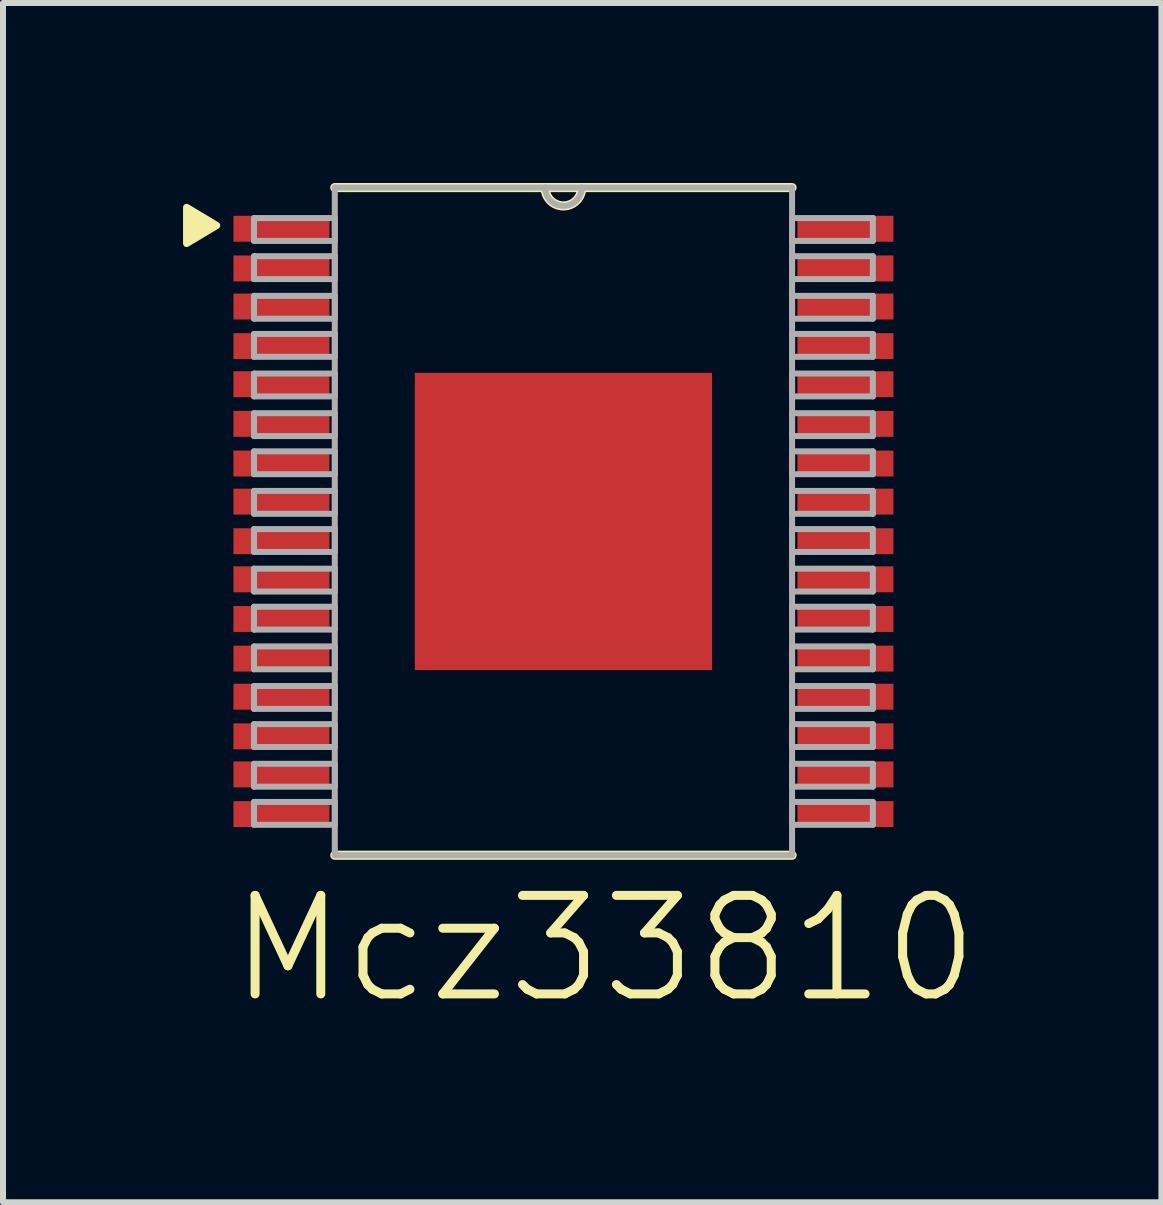
<source format=kicad_pcb>
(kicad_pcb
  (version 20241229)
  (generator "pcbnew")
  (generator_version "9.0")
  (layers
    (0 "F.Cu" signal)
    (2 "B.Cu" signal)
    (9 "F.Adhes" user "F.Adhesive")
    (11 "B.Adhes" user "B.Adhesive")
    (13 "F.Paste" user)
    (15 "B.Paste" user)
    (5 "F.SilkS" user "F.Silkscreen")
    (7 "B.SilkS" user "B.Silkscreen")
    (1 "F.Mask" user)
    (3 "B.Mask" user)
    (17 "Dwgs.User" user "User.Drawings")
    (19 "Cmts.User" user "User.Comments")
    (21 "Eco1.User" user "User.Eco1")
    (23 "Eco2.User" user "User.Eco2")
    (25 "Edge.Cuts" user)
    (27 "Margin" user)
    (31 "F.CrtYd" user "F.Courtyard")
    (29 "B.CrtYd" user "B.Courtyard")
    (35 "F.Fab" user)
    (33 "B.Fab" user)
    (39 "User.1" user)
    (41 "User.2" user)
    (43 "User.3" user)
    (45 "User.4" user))
  (footprint "Mcz33810"
    (layer "F.Cu")
    (at 6.339 5.639)
    (property "Reference" "Mcz33810" (at 0.687 7.122 0) (layer "F.SilkS") (effects (font (size 1.642 1.642) (thickness 0.15))))
    (attr smd)
    (fp_line (start -3.81 5.563) (end 3.81 5.563) (stroke (width 0.152) (type solid)) (layer "F.SilkS"))
    (fp_line (start -0.305 -5.563) (end -3.81 -5.563) (stroke (width 0.152) (type solid)) (layer "F.SilkS"))
    (fp_line (start 0.305 -5.563) (end -0.305 -5.563) (stroke (width 0.152) (type solid)) (layer "F.SilkS"))
    (fp_line (start 3.81 -5.563) (end 0.305 -5.563) (stroke (width 0.152) (type solid)) (layer "F.SilkS"))
    (fp_arc (start 0.3048 -5.5626) (mid 0 -5.2578) (end -0.3048 -5.5626) (stroke (width 0.1524) (type solid)) (layer "F.SilkS"))
    (fp_poly (pts (xy -5.779 -4.932) (xy -6.279 -4.632) (xy -6.279 -5.232)) (stroke (width 0.12) (type solid)) (fill yes) (layer "F.SilkS"))
    (fp_line (start -5.156 -5.055) (end -5.156 -4.674) (stroke (width 0.1) (type solid)) (layer "F.Fab"))
    (fp_line (start -5.156 -4.674) (end -3.81 -4.674) (stroke (width 0.1) (type solid)) (layer "F.Fab"))
    (fp_line (start -5.156 -4.42) (end -5.156 -4.039) (stroke (width 0.1) (type solid)) (layer "F.Fab"))
    (fp_line (start -5.156 -4.039) (end -3.81 -4.039) (stroke (width 0.1) (type solid)) (layer "F.Fab"))
    (fp_line (start -5.156 -3.759) (end -5.156 -3.378) (stroke (width 0.1) (type solid)) (layer "F.Fab"))
    (fp_line (start -5.156 -3.378) (end -3.81 -3.378) (stroke (width 0.1) (type solid)) (layer "F.Fab"))
    (fp_line (start -5.156 -3.124) (end -5.156 -2.743) (stroke (width 0.1) (type solid)) (layer "F.Fab"))
    (fp_line (start -5.156 -2.743) (end -3.81 -2.743) (stroke (width 0.1) (type solid)) (layer "F.Fab"))
    (fp_line (start -5.156 -2.464) (end -5.156 -2.083) (stroke (width 0.1) (type solid)) (layer "F.Fab"))
    (fp_line (start -5.156 -2.083) (end -3.81 -2.083) (stroke (width 0.1) (type solid)) (layer "F.Fab"))
    (fp_line (start -5.156 -1.803) (end -5.156 -1.422) (stroke (width 0.1) (type solid)) (layer "F.Fab"))
    (fp_line (start -5.156 -1.422) (end -3.81 -1.422) (stroke (width 0.1) (type solid)) (layer "F.Fab"))
    (fp_line (start -5.156 -1.168) (end -5.156 -0.787) (stroke (width 0.1) (type solid)) (layer "F.Fab"))
    (fp_line (start -5.156 -0.787) (end -3.81 -0.787) (stroke (width 0.1) (type solid)) (layer "F.Fab"))
    (fp_line (start -5.156 -0.508) (end -5.156 -0.127) (stroke (width 0.1) (type solid)) (layer "F.Fab"))
    (fp_line (start -5.156 -0.127) (end -3.81 -0.127) (stroke (width 0.1) (type solid)) (layer "F.Fab"))
    (fp_line (start -5.156 0.127) (end -5.156 0.508) (stroke (width 0.1) (type solid)) (layer "F.Fab"))
    (fp_line (start -5.156 0.508) (end -3.81 0.508) (stroke (width 0.1) (type solid)) (layer "F.Fab"))
    (fp_line (start -5.156 0.787) (end -5.156 1.168) (stroke (width 0.1) (type solid)) (layer "F.Fab"))
    (fp_line (start -5.156 1.168) (end -3.81 1.168) (stroke (width 0.1) (type solid)) (layer "F.Fab"))
    (fp_line (start -5.156 1.422) (end -5.156 1.803) (stroke (width 0.1) (type solid)) (layer "F.Fab"))
    (fp_line (start -5.156 1.803) (end -3.81 1.803) (stroke (width 0.1) (type solid)) (layer "F.Fab"))
    (fp_line (start -5.156 2.083) (end -5.156 2.464) (stroke (width 0.1) (type solid)) (layer "F.Fab"))
    (fp_line (start -5.156 2.464) (end -3.81 2.464) (stroke (width 0.1) (type solid)) (layer "F.Fab"))
    (fp_line (start -5.156 2.743) (end -5.156 3.124) (stroke (width 0.1) (type solid)) (layer "F.Fab"))
    (fp_line (start -5.156 3.124) (end -3.81 3.124) (stroke (width 0.1) (type solid)) (layer "F.Fab"))
    (fp_line (start -5.156 3.378) (end -5.156 3.759) (stroke (width 0.1) (type solid)) (layer "F.Fab"))
    (fp_line (start -5.156 3.759) (end -3.81 3.759) (stroke (width 0.1) (type solid)) (layer "F.Fab"))
    (fp_line (start -5.156 4.039) (end -5.156 4.42) (stroke (width 0.1) (type solid)) (layer "F.Fab"))
    (fp_line (start -5.156 4.42) (end -3.81 4.42) (stroke (width 0.1) (type solid)) (layer "F.Fab"))
    (fp_line (start -5.156 4.674) (end -5.156 5.055) (stroke (width 0.1) (type solid)) (layer "F.Fab"))
    (fp_line (start -5.156 5.055) (end -3.81 5.055) (stroke (width 0.1) (type solid)) (layer "F.Fab"))
    (fp_line (start -3.81 -5.563) (end -3.81 5.563) (stroke (width 0.1) (type solid)) (layer "F.Fab"))
    (fp_line (start -3.81 -5.055) (end -5.156 -5.055) (stroke (width 0.1) (type solid)) (layer "F.Fab"))
    (fp_line (start -3.81 -4.674) (end -3.81 -5.055) (stroke (width 0.1) (type solid)) (layer "F.Fab"))
    (fp_line (start -3.81 -4.42) (end -5.156 -4.42) (stroke (width 0.1) (type solid)) (layer "F.Fab"))
    (fp_line (start -3.81 -4.039) (end -3.81 -4.42) (stroke (width 0.1) (type solid)) (layer "F.Fab"))
    (fp_line (start -3.81 -3.759) (end -5.156 -3.759) (stroke (width 0.1) (type solid)) (layer "F.Fab"))
    (fp_line (start -3.81 -3.378) (end -3.81 -3.759) (stroke (width 0.1) (type solid)) (layer "F.Fab"))
    (fp_line (start -3.81 -3.124) (end -5.156 -3.124) (stroke (width 0.1) (type solid)) (layer "F.Fab"))
    (fp_line (start -3.81 -2.743) (end -3.81 -3.124) (stroke (width 0.1) (type solid)) (layer "F.Fab"))
    (fp_line (start -3.81 -2.464) (end -5.156 -2.464) (stroke (width 0.1) (type solid)) (layer "F.Fab"))
    (fp_line (start -3.81 -2.083) (end -3.81 -2.464) (stroke (width 0.1) (type solid)) (layer "F.Fab"))
    (fp_line (start -3.81 -1.803) (end -5.156 -1.803) (stroke (width 0.1) (type solid)) (layer "F.Fab"))
    (fp_line (start -3.81 -1.422) (end -3.81 -1.803) (stroke (width 0.1) (type solid)) (layer "F.Fab"))
    (fp_line (start -3.81 -1.168) (end -5.156 -1.168) (stroke (width 0.1) (type solid)) (layer "F.Fab"))
    (fp_line (start -3.81 -0.787) (end -3.81 -1.168) (stroke (width 0.1) (type solid)) (layer "F.Fab"))
    (fp_line (start -3.81 -0.508) (end -5.156 -0.508) (stroke (width 0.1) (type solid)) (layer "F.Fab"))
    (fp_line (start -3.81 -0.127) (end -3.81 -0.508) (stroke (width 0.1) (type solid)) (layer "F.Fab"))
    (fp_line (start -3.81 0.127) (end -5.156 0.127) (stroke (width 0.1) (type solid)) (layer "F.Fab"))
    (fp_line (start -3.81 0.508) (end -3.81 0.127) (stroke (width 0.1) (type solid)) (layer "F.Fab"))
    (fp_line (start -3.81 0.787) (end -5.156 0.787) (stroke (width 0.1) (type solid)) (layer "F.Fab"))
    (fp_line (start -3.81 1.168) (end -3.81 0.787) (stroke (width 0.1) (type solid)) (layer "F.Fab"))
    (fp_line (start -3.81 1.422) (end -5.156 1.422) (stroke (width 0.1) (type solid)) (layer "F.Fab"))
    (fp_line (start -3.81 1.803) (end -3.81 1.422) (stroke (width 0.1) (type solid)) (layer "F.Fab"))
    (fp_line (start -3.81 2.083) (end -5.156 2.083) (stroke (width 0.1) (type solid)) (layer "F.Fab"))
    (fp_line (start -3.81 2.464) (end -3.81 2.083) (stroke (width 0.1) (type solid)) (layer "F.Fab"))
    (fp_line (start -3.81 2.743) (end -5.156 2.743) (stroke (width 0.1) (type solid)) (layer "F.Fab"))
    (fp_line (start -3.81 3.124) (end -3.81 2.743) (stroke (width 0.1) (type solid)) (layer "F.Fab"))
    (fp_line (start -3.81 3.378) (end -5.156 3.378) (stroke (width 0.1) (type solid)) (layer "F.Fab"))
    (fp_line (start -3.81 3.759) (end -3.81 3.378) (stroke (width 0.1) (type solid)) (layer "F.Fab"))
    (fp_line (start -3.81 4.039) (end -5.156 4.039) (stroke (width 0.1) (type solid)) (layer "F.Fab"))
    (fp_line (start -3.81 4.42) (end -3.81 4.039) (stroke (width 0.1) (type solid)) (layer "F.Fab"))
    (fp_line (start -3.81 4.674) (end -5.156 4.674) (stroke (width 0.1) (type solid)) (layer "F.Fab"))
    (fp_line (start -3.81 5.055) (end -3.81 4.674) (stroke (width 0.1) (type solid)) (layer "F.Fab"))
    (fp_line (start -3.81 5.563) (end 3.81 5.563) (stroke (width 0.1) (type solid)) (layer "F.Fab"))
    (fp_line (start -0.305 -5.563) (end -3.81 -5.563) (stroke (width 0.1) (type solid)) (layer "F.Fab"))
    (fp_line (start 0.305 -5.563) (end -0.305 -5.563) (stroke (width 0.1) (type solid)) (layer "F.Fab"))
    (fp_line (start 3.81 -5.563) (end 0.305 -5.563) (stroke (width 0.1) (type solid)) (layer "F.Fab"))
    (fp_line (start 3.81 -5.055) (end 3.81 -4.674) (stroke (width 0.1) (type solid)) (layer "F.Fab"))
    (fp_line (start 3.81 -4.674) (end 5.156 -4.674) (stroke (width 0.1) (type solid)) (layer "F.Fab"))
    (fp_line (start 3.81 -4.42) (end 3.81 -4.039) (stroke (width 0.1) (type solid)) (layer "F.Fab"))
    (fp_line (start 3.81 -4.039) (end 5.156 -4.039) (stroke (width 0.1) (type solid)) (layer "F.Fab"))
    (fp_line (start 3.81 -3.759) (end 3.81 -3.378) (stroke (width 0.1) (type solid)) (layer "F.Fab"))
    (fp_line (start 3.81 -3.378) (end 5.156 -3.378) (stroke (width 0.1) (type solid)) (layer "F.Fab"))
    (fp_line (start 3.81 -3.124) (end 3.81 -2.743) (stroke (width 0.1) (type solid)) (layer "F.Fab"))
    (fp_line (start 3.81 -2.743) (end 5.156 -2.743) (stroke (width 0.1) (type solid)) (layer "F.Fab"))
    (fp_line (start 3.81 -2.464) (end 3.81 -2.083) (stroke (width 0.1) (type solid)) (layer "F.Fab"))
    (fp_line (start 3.81 -2.083) (end 5.156 -2.083) (stroke (width 0.1) (type solid)) (layer "F.Fab"))
    (fp_line (start 3.81 -1.803) (end 3.81 -1.422) (stroke (width 0.1) (type solid)) (layer "F.Fab"))
    (fp_line (start 3.81 -1.422) (end 5.156 -1.422) (stroke (width 0.1) (type solid)) (layer "F.Fab"))
    (fp_line (start 3.81 -1.168) (end 3.81 -0.787) (stroke (width 0.1) (type solid)) (layer "F.Fab"))
    (fp_line (start 3.81 -0.787) (end 5.156 -0.787) (stroke (width 0.1) (type solid)) (layer "F.Fab"))
    (fp_line (start 3.81 -0.508) (end 3.81 -0.127) (stroke (width 0.1) (type solid)) (layer "F.Fab"))
    (fp_line (start 3.81 -0.127) (end 5.156 -0.127) (stroke (width 0.1) (type solid)) (layer "F.Fab"))
    (fp_line (start 3.81 0.127) (end 3.81 0.508) (stroke (width 0.1) (type solid)) (layer "F.Fab"))
    (fp_line (start 3.81 0.508) (end 5.156 0.508) (stroke (width 0.1) (type solid)) (layer "F.Fab"))
    (fp_line (start 3.81 0.787) (end 3.81 1.168) (stroke (width 0.1) (type solid)) (layer "F.Fab"))
    (fp_line (start 3.81 1.168) (end 5.156 1.168) (stroke (width 0.1) (type solid)) (layer "F.Fab"))
    (fp_line (start 3.81 1.422) (end 3.81 1.803) (stroke (width 0.1) (type solid)) (layer "F.Fab"))
    (fp_line (start 3.81 1.803) (end 5.156 1.803) (stroke (width 0.1) (type solid)) (layer "F.Fab"))
    (fp_line (start 3.81 2.083) (end 3.81 2.464) (stroke (width 0.1) (type solid)) (layer "F.Fab"))
    (fp_line (start 3.81 2.464) (end 5.156 2.464) (stroke (width 0.1) (type solid)) (layer "F.Fab"))
    (fp_line (start 3.81 2.743) (end 3.81 3.124) (stroke (width 0.1) (type solid)) (layer "F.Fab"))
    (fp_line (start 3.81 3.124) (end 5.156 3.124) (stroke (width 0.1) (type solid)) (layer "F.Fab"))
    (fp_line (start 3.81 3.378) (end 3.81 3.759) (stroke (width 0.1) (type solid)) (layer "F.Fab"))
    (fp_line (start 3.81 3.759) (end 5.156 3.759) (stroke (width 0.1) (type solid)) (layer "F.Fab"))
    (fp_line (start 3.81 4.039) (end 3.81 4.42) (stroke (width 0.1) (type solid)) (layer "F.Fab"))
    (fp_line (start 3.81 4.42) (end 5.156 4.42) (stroke (width 0.1) (type solid)) (layer "F.Fab"))
    (fp_line (start 3.81 4.674) (end 3.81 5.055) (stroke (width 0.1) (type solid)) (layer "F.Fab"))
    (fp_line (start 3.81 5.055) (end 5.156 5.055) (stroke (width 0.1) (type solid)) (layer "F.Fab"))
    (fp_line (start 3.81 5.563) (end 3.81 -5.563) (stroke (width 0.1) (type solid)) (layer "F.Fab"))
    (fp_line (start 5.156 -5.055) (end 3.81 -5.055) (stroke (width 0.1) (type solid)) (layer "F.Fab"))
    (fp_line (start 5.156 -4.674) (end 5.156 -5.055) (stroke (width 0.1) (type solid)) (layer "F.Fab"))
    (fp_line (start 5.156 -4.42) (end 3.81 -4.42) (stroke (width 0.1) (type solid)) (layer "F.Fab"))
    (fp_line (start 5.156 -4.039) (end 5.156 -4.42) (stroke (width 0.1) (type solid)) (layer "F.Fab"))
    (fp_line (start 5.156 -3.759) (end 3.81 -3.759) (stroke (width 0.1) (type solid)) (layer "F.Fab"))
    (fp_line (start 5.156 -3.378) (end 5.156 -3.759) (stroke (width 0.1) (type solid)) (layer "F.Fab"))
    (fp_line (start 5.156 -3.124) (end 3.81 -3.124) (stroke (width 0.1) (type solid)) (layer "F.Fab"))
    (fp_line (start 5.156 -2.743) (end 5.156 -3.124) (stroke (width 0.1) (type solid)) (layer "F.Fab"))
    (fp_line (start 5.156 -2.464) (end 3.81 -2.464) (stroke (width 0.1) (type solid)) (layer "F.Fab"))
    (fp_line (start 5.156 -2.083) (end 5.156 -2.464) (stroke (width 0.1) (type solid)) (layer "F.Fab"))
    (fp_line (start 5.156 -1.803) (end 3.81 -1.803) (stroke (width 0.1) (type solid)) (layer "F.Fab"))
    (fp_line (start 5.156 -1.422) (end 5.156 -1.803) (stroke (width 0.1) (type solid)) (layer "F.Fab"))
    (fp_line (start 5.156 -1.168) (end 3.81 -1.168) (stroke (width 0.1) (type solid)) (layer "F.Fab"))
    (fp_line (start 5.156 -0.787) (end 5.156 -1.168) (stroke (width 0.1) (type solid)) (layer "F.Fab"))
    (fp_line (start 5.156 -0.508) (end 3.81 -0.508) (stroke (width 0.1) (type solid)) (layer "F.Fab"))
    (fp_line (start 5.156 -0.127) (end 5.156 -0.508) (stroke (width 0.1) (type solid)) (layer "F.Fab"))
    (fp_line (start 5.156 0.127) (end 3.81 0.127) (stroke (width 0.1) (type solid)) (layer "F.Fab"))
    (fp_line (start 5.156 0.508) (end 5.156 0.127) (stroke (width 0.1) (type solid)) (layer "F.Fab"))
    (fp_line (start 5.156 0.787) (end 3.81 0.787) (stroke (width 0.1) (type solid)) (layer "F.Fab"))
    (fp_line (start 5.156 1.168) (end 5.156 0.787) (stroke (width 0.1) (type solid)) (layer "F.Fab"))
    (fp_line (start 5.156 1.422) (end 3.81 1.422) (stroke (width 0.1) (type solid)) (layer "F.Fab"))
    (fp_line (start 5.156 1.803) (end 5.156 1.422) (stroke (width 0.1) (type solid)) (layer "F.Fab"))
    (fp_line (start 5.156 2.083) (end 3.81 2.083) (stroke (width 0.1) (type solid)) (layer "F.Fab"))
    (fp_line (start 5.156 2.464) (end 5.156 2.083) (stroke (width 0.1) (type solid)) (layer "F.Fab"))
    (fp_line (start 5.156 2.743) (end 3.81 2.743) (stroke (width 0.1) (type solid)) (layer "F.Fab"))
    (fp_line (start 5.156 3.124) (end 5.156 2.743) (stroke (width 0.1) (type solid)) (layer "F.Fab"))
    (fp_line (start 5.156 3.378) (end 3.81 3.378) (stroke (width 0.1) (type solid)) (layer "F.Fab"))
    (fp_line (start 5.156 3.759) (end 5.156 3.378) (stroke (width 0.1) (type solid)) (layer "F.Fab"))
    (fp_line (start 5.156 4.039) (end 3.81 4.039) (stroke (width 0.1) (type solid)) (layer "F.Fab"))
    (fp_line (start 5.156 4.42) (end 5.156 4.039) (stroke (width 0.1) (type solid)) (layer "F.Fab"))
    (fp_line (start 5.156 4.674) (end 3.81 4.674) (stroke (width 0.1) (type solid)) (layer "F.Fab"))
    (fp_line (start 5.156 5.055) (end 5.156 4.674) (stroke (width 0.1) (type solid)) (layer "F.Fab"))
    (fp_arc (start 0.3048 -5.5626) (mid 0 -5.2578) (end -0.3048 -5.5626) (stroke (width 0.1) (type solid)) (layer "F.Fab"))
    (pad "1" smd rect (at -4.699 -4.877) (size 1.6 0.432) (layers "F.Cu" "F.Mask" "F.Paste"))
    (pad "2" smd rect (at -4.699 -4.216) (size 1.6 0.432) (layers "F.Cu" "F.Mask" "F.Paste"))
    (pad "3" smd rect (at -4.699 -3.581) (size 1.6 0.432) (layers "F.Cu" "F.Mask" "F.Paste"))
    (pad "4" smd rect (at -4.699 -2.921) (size 1.6 0.432) (layers "F.Cu" "F.Mask" "F.Paste"))
    (pad "5" smd rect (at -4.699 -2.286) (size 1.6 0.432) (layers "F.Cu" "F.Mask" "F.Paste"))
    (pad "6" smd rect (at -4.699 -1.626) (size 1.6 0.432) (layers "F.Cu" "F.Mask" "F.Paste"))
    (pad "7" smd rect (at -4.699 -0.965) (size 1.6 0.432) (layers "F.Cu" "F.Mask" "F.Paste"))
    (pad "8" smd rect (at -4.699 -0.33) (size 1.6 0.432) (layers "F.Cu" "F.Mask" "F.Paste"))
    (pad "9" smd rect (at -4.699 0.33) (size 1.6 0.432) (layers "F.Cu" "F.Mask" "F.Paste"))
    (pad "10" smd rect (at -4.699 0.965) (size 1.6 0.432) (layers "F.Cu" "F.Mask" "F.Paste"))
    (pad "11" smd rect (at -4.699 1.626) (size 1.6 0.432) (layers "F.Cu" "F.Mask" "F.Paste"))
    (pad "12" smd rect (at -4.699 2.286) (size 1.6 0.432) (layers "F.Cu" "F.Mask" "F.Paste"))
    (pad "13" smd rect (at -4.699 2.921) (size 1.6 0.432) (layers "F.Cu" "F.Mask" "F.Paste"))
    (pad "14" smd rect (at -4.699 3.581) (size 1.6 0.432) (layers "F.Cu" "F.Mask" "F.Paste"))
    (pad "15" smd rect (at -4.699 4.216) (size 1.6 0.432) (layers "F.Cu" "F.Mask" "F.Paste"))
    (pad "16" smd rect (at -4.699 4.877) (size 1.6 0.432) (layers "F.Cu" "F.Mask" "F.Paste"))
    (pad "17" smd rect (at 4.699 4.877) (size 1.6 0.432) (layers "F.Cu" "F.Mask" "F.Paste"))
    (pad "18" smd rect (at 4.699 4.216) (size 1.6 0.432) (layers "F.Cu" "F.Mask" "F.Paste"))
    (pad "19" smd rect (at 4.699 3.581) (size 1.6 0.432) (layers "F.Cu" "F.Mask" "F.Paste"))
    (pad "20" smd rect (at 4.699 2.921) (size 1.6 0.432) (layers "F.Cu" "F.Mask" "F.Paste"))
    (pad "21" smd rect (at 4.699 2.286) (size 1.6 0.432) (layers "F.Cu" "F.Mask" "F.Paste"))
    (pad "22" smd rect (at 4.699 1.626) (size 1.6 0.432) (layers "F.Cu" "F.Mask" "F.Paste"))
    (pad "23" smd rect (at 4.699 0.965) (size 1.6 0.432) (layers "F.Cu" "F.Mask" "F.Paste"))
    (pad "24" smd rect (at 4.699 0.33) (size 1.6 0.432) (layers "F.Cu" "F.Mask" "F.Paste"))
    (pad "25" smd rect (at 4.699 -0.33) (size 1.6 0.432) (layers "F.Cu" "F.Mask" "F.Paste"))
    (pad "26" smd rect (at 4.699 -0.965) (size 1.6 0.432) (layers "F.Cu" "F.Mask" "F.Paste"))
    (pad "27" smd rect (at 4.699 -1.626) (size 1.6 0.432) (layers "F.Cu" "F.Mask" "F.Paste"))
    (pad "28" smd rect (at 4.699 -2.286) (size 1.6 0.432) (layers "F.Cu" "F.Mask" "F.Paste"))
    (pad "29" smd rect (at 4.699 -2.921) (size 1.6 0.432) (layers "F.Cu" "F.Mask" "F.Paste"))
    (pad "30" smd rect (at 4.699 -3.581) (size 1.6 0.432) (layers "F.Cu" "F.Mask" "F.Paste"))
    (pad "31" smd rect (at 4.699 -4.216) (size 1.6 0.432) (layers "F.Cu" "F.Mask" "F.Paste"))
    (pad "32" smd rect (at 4.699 -4.877) (size 1.6 0.432) (layers "F.Cu" "F.Mask" "F.Paste"))
    (pad "33" smd rect (at 0 0) (size 4.953 4.953) (layers "F.Cu" "F.Mask" "F.Paste")))
  (gr_rect
    (start -3 -3)
    (end 16.304 16.985)
    (stroke (width 0.1) (type default))
    (fill no)
    (layer "Edge.Cuts")))
</source>
